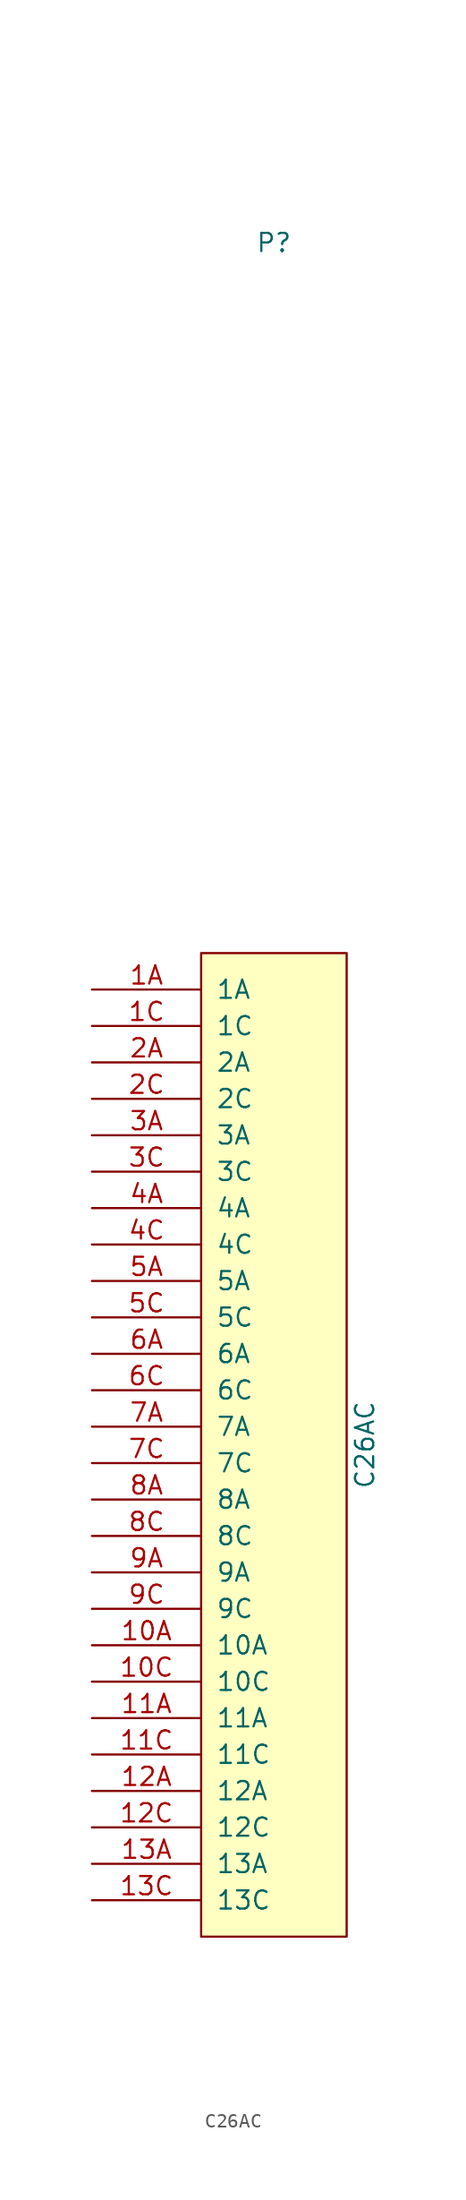
<source format=kicad_sym>
(kicad_symbol_lib
  (version 20220914)
  (generator kicad_symbol_editor)
  (symbol "C26AC"
    (pin_names
      (offset 1.016))
    (property "Reference" "P"
      (at 0 83.82 0)
      (effects (font (size 1.27 1.27))))
    (property "Value" "C26AC"
      (at 6.35 0 90)
      (effects (font (size 1.27 1.27))))
    (property "Footprint" ""
      (at 0 0 0)
      (effects (font (size 1.27 1.27))))
    (property "Datasheet" ""
      (at 0 0 0)
      (effects (font (size 1.27 1.27))))
    (symbol "C26AC_0_1"
      (rectangle (start -5.08 34.29) (end 5.08 -34.29) (stroke (width 0) (type solid)) (fill (type background))))
    (symbol "C26AC_1_1"
      (pin passive line (at -12.7 -13.97 0) (length 7.62) (name "10A" (effects (font (size 1.27 1.27)))) (number "10A" (effects (font (size 1.27 1.27)))))
      (pin passive line (at -12.7 -16.51 0) (length 7.62) (name "10C" (effects (font (size 1.27 1.27)))) (number "10C" (effects (font (size 1.27 1.27)))))
      (pin passive line (at -12.7 -19.05 0) (length 7.62) (name "11A" (effects (font (size 1.27 1.27)))) (number "11A" (effects (font (size 1.27 1.27)))))
      (pin passive line (at -12.7 -21.59 0) (length 7.62) (name "11C" (effects (font (size 1.27 1.27)))) (number "11C" (effects (font (size 1.27 1.27)))))
      (pin passive line (at -12.7 -24.13 0) (length 7.62) (name "12A" (effects (font (size 1.27 1.27)))) (number "12A" (effects (font (size 1.27 1.27)))))
      (pin passive line (at -12.7 -26.67 0) (length 7.62) (name "12C" (effects (font (size 1.27 1.27)))) (number "12C" (effects (font (size 1.27 1.27)))))
      (pin passive line (at -12.7 -29.21 0) (length 7.62) (name "13A" (effects (font (size 1.27 1.27)))) (number "13A" (effects (font (size 1.27 1.27)))))
      (pin passive line (at -12.7 -31.75 0) (length 7.62) (name "13C" (effects (font (size 1.27 1.27)))) (number "13C" (effects (font (size 1.27 1.27)))))
      (pin passive line (at -12.7 31.75 0) (length 7.62) (name "1A" (effects (font (size 1.27 1.27)))) (number "1A" (effects (font (size 1.27 1.27)))))
      (pin passive line (at -12.7 29.21 0) (length 7.62) (name "1C" (effects (font (size 1.27 1.27)))) (number "1C" (effects (font (size 1.27 1.27)))))
      (pin passive line (at -12.7 26.67 0) (length 7.62) (name "2A" (effects (font (size 1.27 1.27)))) (number "2A" (effects (font (size 1.27 1.27)))))
      (pin passive line (at -12.7 24.13 0) (length 7.62) (name "2C" (effects (font (size 1.27 1.27)))) (number "2C" (effects (font (size 1.27 1.27)))))
      (pin passive line (at -12.7 21.59 0) (length 7.62) (name "3A" (effects (font (size 1.27 1.27)))) (number "3A" (effects (font (size 1.27 1.27)))))
      (pin passive line (at -12.7 19.05 0) (length 7.62) (name "3C" (effects (font (size 1.27 1.27)))) (number "3C" (effects (font (size 1.27 1.27)))))
      (pin passive line (at -12.7 16.51 0) (length 7.62) (name "4A" (effects (font (size 1.27 1.27)))) (number "4A" (effects (font (size 1.27 1.27)))))
      (pin passive line (at -12.7 13.97 0) (length 7.62) (name "4C" (effects (font (size 1.27 1.27)))) (number "4C" (effects (font (size 1.27 1.27)))))
      (pin passive line (at -12.7 11.43 0) (length 7.62) (name "5A" (effects (font (size 1.27 1.27)))) (number "5A" (effects (font (size 1.27 1.27)))))
      (pin passive line (at -12.7 8.89 0) (length 7.62) (name "5C" (effects (font (size 1.27 1.27)))) (number "5C" (effects (font (size 1.27 1.27)))))
      (pin passive line (at -12.7 6.35 0) (length 7.62) (name "6A" (effects (font (size 1.27 1.27)))) (number "6A" (effects (font (size 1.27 1.27)))))
      (pin passive line (at -12.7 3.81 0) (length 7.62) (name "6C" (effects (font (size 1.27 1.27)))) (number "6C" (effects (font (size 1.27 1.27)))))
      (pin passive line (at -12.7 1.27 0) (length 7.62) (name "7A" (effects (font (size 1.27 1.27)))) (number "7A" (effects (font (size 1.27 1.27)))))
      (pin passive line (at -12.7 -1.27 0) (length 7.62) (name "7C" (effects (font (size 1.27 1.27)))) (number "7C" (effects (font (size 1.27 1.27)))))
      (pin passive line (at -12.7 -3.81 0) (length 7.62) (name "8A" (effects (font (size 1.27 1.27)))) (number "8A" (effects (font (size 1.27 1.27)))))
      (pin passive line (at -12.7 -6.35 0) (length 7.62) (name "8C" (effects (font (size 1.27 1.27)))) (number "8C" (effects (font (size 1.27 1.27)))))
      (pin passive line (at -12.7 -8.89 0) (length 7.62) (name "9A" (effects (font (size 1.27 1.27)))) (number "9A" (effects (font (size 1.27 1.27)))))
      (pin passive line (at -12.7 -11.43 0) (length 7.62) (name "9C" (effects (font (size 1.27 1.27)))) (number "9C" (effects (font (size 1.27 1.27))))))))
</source>
